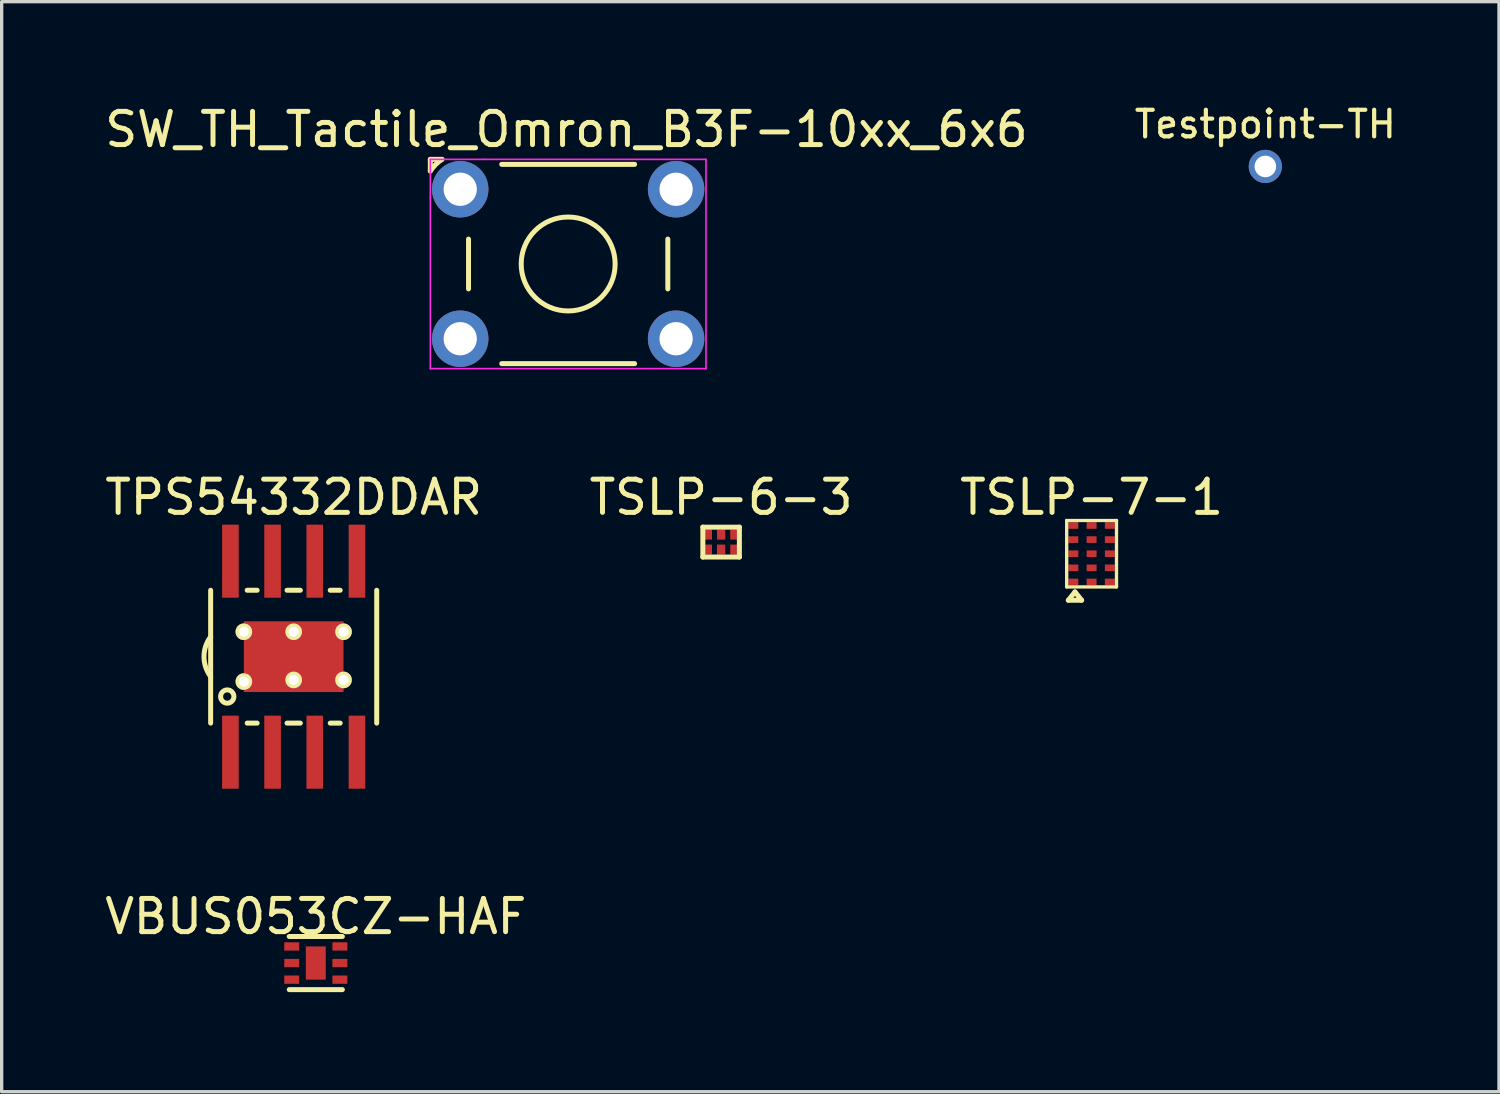
<source format=kicad_pcb>
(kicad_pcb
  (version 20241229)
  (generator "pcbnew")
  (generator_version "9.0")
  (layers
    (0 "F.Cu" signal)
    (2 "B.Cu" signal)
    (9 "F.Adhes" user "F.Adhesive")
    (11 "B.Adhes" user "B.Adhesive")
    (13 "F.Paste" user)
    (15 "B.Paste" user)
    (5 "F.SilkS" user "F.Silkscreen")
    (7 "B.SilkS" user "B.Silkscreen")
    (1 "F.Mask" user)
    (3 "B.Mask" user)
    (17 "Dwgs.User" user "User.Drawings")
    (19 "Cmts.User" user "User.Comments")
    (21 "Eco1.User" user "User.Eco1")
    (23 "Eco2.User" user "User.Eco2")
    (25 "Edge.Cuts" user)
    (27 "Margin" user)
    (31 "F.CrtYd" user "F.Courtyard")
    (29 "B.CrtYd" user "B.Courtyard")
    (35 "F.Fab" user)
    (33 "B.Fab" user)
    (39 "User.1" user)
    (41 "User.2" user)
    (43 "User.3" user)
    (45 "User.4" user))
  (footprint "Testpoint-TH"
    (layer "F.Cu")
    (at 35.046 1.961)
    (property "Reference" "Testpoint-TH" (at 0 -1.27 0) (layer "F.SilkS") (effects (font (size 0.8 0.8) (thickness 0.127))))
    (attr through_hole)
    (pad "1" thru_hole circle (at 0 0) (size 1 1) (drill 0.65) (layers "*.Cu" "*.Mask")))
  (footprint "TSLP-6-3"
    (layer "F.Cu")
    (at 18.661 13.271)
    (property "Reference" "TSLP-6-3" (at 0 -1.35 0) (layer "F.SilkS") (effects (font (size 1 1) (thickness 0.15))))
    (attr through_hole)
    (fp_line (start -0.55 -0.45) (end -0.55 0.45) (stroke (width 0.15) (type solid)) (layer "F.SilkS"))
    (fp_line (start -0.55 0.45) (end 0.55 0.45) (stroke (width 0.15) (type solid)) (layer "F.SilkS"))
    (fp_line (start 0.55 -0.45) (end -0.55 -0.45) (stroke (width 0.15) (type solid)) (layer "F.SilkS"))
    (fp_line (start 0.55 0.45) (end 0.55 -0.45) (stroke (width 0.15) (type solid)) (layer "F.SilkS"))
    (pad "1" smd rect (at 0.4 -0.225) (size 0.25 0.3) (layers "F.Cu" "F.Mask" "F.Paste"))
    (pad "2" smd rect (at 0 -0.225) (size 0.25 0.3) (layers "F.Cu" "F.Mask" "F.Paste"))
    (pad "3" smd rect (at -0.4 -0.225) (size 0.25 0.3) (layers "F.Cu" "F.Mask" "F.Paste"))
    (pad "4" smd rect (at -0.4 0.225) (size 0.25 0.3) (layers "F.Cu" "F.Mask" "F.Paste"))
    (pad "5" smd rect (at 0 0.225) (size 0.25 0.3) (layers "F.Cu" "F.Mask" "F.Paste"))
    (pad "6" smd rect (at 0.4 0.225) (size 0.25 0.3) (layers "F.Cu" "F.Mask" "F.Paste")))
  (footprint "TPS54332DDAR"
    (layer "F.Cu")
    (at 5.792 16.721)
    (property "Reference" "TPS54332DDAR" (at 0 -4.8 0) (layer "F.SilkS") (effects (font (size 1 1) (thickness 0.15))))
    (attr through_hole)
    (fp_line (start -2.5 -2) (end -2.5 2) (stroke (width 0.15) (type solid)) (layer "F.SilkS"))
    (fp_line (start -1.4 -2) (end -1.1 -2) (stroke (width 0.15) (type solid)) (layer "F.SilkS"))
    (fp_line (start -1.4 2) (end -1.1 2) (stroke (width 0.15) (type solid)) (layer "F.SilkS"))
    (fp_line (start -0.2 -2) (end 0.2 -2) (stroke (width 0.15) (type solid)) (layer "F.SilkS"))
    (fp_line (start -0.2 2) (end 0.2 2) (stroke (width 0.15) (type solid)) (layer "F.SilkS"))
    (fp_line (start 1.1 -2) (end 1.4 -2) (stroke (width 0.15) (type solid)) (layer "F.SilkS"))
    (fp_line (start 1.1 2) (end 1.4 2) (stroke (width 0.15) (type solid)) (layer "F.SilkS"))
    (fp_line (start 2.5 -2) (end 2.5 2) (stroke (width 0.15) (type solid)) (layer "F.SilkS"))
    (fp_arc (start -2.5 0.6) (mid -2.7 0) (end -2.5 -0.6) (stroke (width 0.15) (type solid)) (layer "F.SilkS"))
    (fp_circle (center -2 1.2) (end -2 1.4) (stroke (width 0.15) (type solid)) (fill no) (layer "F.SilkS"))
    (pad "1" smd rect (at -1.905 2.875) (size 0.5 2.2) (layers "F.Cu" "F.Mask" "F.Paste"))
    (pad "2" smd rect (at -0.635 2.875) (size 0.5 2.2) (layers "F.Cu" "F.Mask" "F.Paste"))
    (pad "3" smd rect (at 0.635 2.875) (size 0.5 2.2) (layers "F.Cu" "F.Mask" "F.Paste"))
    (pad "4" smd rect (at 1.905 2.875) (size 0.5 2.2) (layers "F.Cu" "F.Mask" "F.Paste"))
    (pad "5" smd rect (at 1.905 -2.875) (size 0.5 2.2) (layers "F.Cu" "F.Mask" "F.Paste"))
    (pad "6" smd rect (at 0.635 -2.875) (size 0.5 2.2) (layers "F.Cu" "F.Mask" "F.Paste"))
    (pad "7" smd rect (at -0.635 -2.875) (size 0.5 2.2) (layers "F.Cu" "F.Mask" "F.Paste"))
    (pad "8" smd rect (at -1.905 -2.875) (size 0.5 2.2) (layers "F.Cu" "F.Mask" "F.Paste"))
    (pad "9" thru_hole circle (at -1.5 -0.75) (size 0.5 0.5) (drill 0.3) (layers "*.Cu" "*.Mask" "F.SilkS"))
    (pad "9" thru_hole circle (at -1.5 0.75) (size 0.5 0.5) (drill 0.3) (layers "*.Cu" "*.Mask" "F.SilkS"))
    (pad "9" thru_hole circle (at 0 -0.75) (size 0.5 0.5) (drill 0.3) (layers "*.Cu" "*.Mask" "F.SilkS"))
    (pad "9" smd rect (at 0 0) (size 3 2.13) (layers "F.Cu" "F.Mask" "F.Paste"))
    (pad "9" thru_hole circle (at 0 0.7) (size 0.5 0.5) (drill 0.3) (layers "*.Cu" "*.Mask" "F.SilkS"))
    (pad "9" thru_hole circle (at 1.5 -0.75) (size 0.5 0.5) (drill 0.3) (layers "*.Cu" "*.Mask" "F.SilkS"))
    (pad "9" thru_hole circle (at 1.5 0.7) (size 0.5 0.5) (drill 0.3) (layers "*.Cu" "*.Mask" "F.SilkS")))
  (footprint "SW_TH_Tactile_Omron_B3F-10xx_6x6"
    (layer "F.Cu")
    (at 10.806 2.648)
    (property "Reference" "SW_TH_Tactile_Omron_B3F-10xx_6x6" (at 3.2 -1.8 0) (layer "F.SilkS") (effects (font (size 1 1) (thickness 0.15))))
    (attr through_hole)
    (fp_line (start -0.9 -0.9) (end -0.9 -0.55) (stroke (width 0.15) (type solid)) (layer "F.SilkS"))
    (fp_line (start -0.9 -0.9) (end -0.55 -0.9) (stroke (width 0.15) (type solid)) (layer "F.SilkS"))
    (fp_line (start 0.25 3) (end 0.25 1.5) (stroke (width 0.15) (type solid)) (layer "F.SilkS"))
    (fp_line (start 1.25 -0.75) (end 5.25 -0.75) (stroke (width 0.15) (type solid)) (layer "F.SilkS"))
    (fp_line (start 1.25 5.25) (end 5.25 5.25) (stroke (width 0.15) (type solid)) (layer "F.SilkS"))
    (fp_line (start 6.25 1.5) (end 6.25 3) (stroke (width 0.15) (type solid)) (layer "F.SilkS"))
    (fp_arc (start -0.9 -0.55) (mid -0.742328 -0.742328) (end -0.55 -0.9) (stroke (width 0.15) (type solid)) (layer "F.SilkS"))
    (fp_circle (center 3.25 2.25) (end 4.25 3.25) (stroke (width 0.15) (type solid)) (fill no) (layer "F.SilkS"))
    (fp_line (start -0.9 -0.9) (end 0.7 -0.9) (stroke (width 0.05) (type solid)) (layer "F.CrtYd"))
    (fp_line (start -0.9 0.25) (end -0.9 -0.9) (stroke (width 0.05) (type solid)) (layer "F.CrtYd"))
    (fp_line (start -0.9 0.25) (end -0.9 5.4) (stroke (width 0.05) (type solid)) (layer "F.CrtYd"))
    (fp_line (start -0.9 5.4) (end 7.4 5.4) (stroke (width 0.05) (type solid)) (layer "F.CrtYd"))
    (fp_line (start 7.4 -0.9) (end 0.7 -0.9) (stroke (width 0.05) (type solid)) (layer "F.CrtYd"))
    (fp_line (start 7.4 5.4) (end 7.4 -0.9) (stroke (width 0.05) (type solid)) (layer "F.CrtYd"))
    (pad "1" thru_hole circle (at 0 0) (size 1.7 1.7) (drill 1) (layers "*.Cu" "*.Mask"))
    (pad "2" thru_hole circle (at 6.5 0) (size 1.7 1.7) (drill 1) (layers "*.Cu" "*.Mask"))
    (pad "3" thru_hole circle (at 0 4.5) (size 1.7 1.7) (drill 1) (layers "*.Cu" "*.Mask"))
    (pad "4" thru_hole circle (at 6.5 4.5) (size 1.7 1.7) (drill 1) (layers "*.Cu" "*.Mask")))
  (footprint "VBUS053CZ-HAF"
    (layer "F.Cu")
    (at 6.458 25.945)
    (property "Reference" "VBUS053CZ-HAF" (at 0 -1.4 0) (layer "F.SilkS") (effects (font (size 1 1) (thickness 0.15))))
    (attr through_hole)
    (fp_line (start -0.8 -0.8) (end 0.8 -0.8) (stroke (width 0.15) (type solid)) (layer "F.SilkS"))
    (fp_line (start -0.8 0.8) (end 0.8 0.8) (stroke (width 0.15) (type solid)) (layer "F.SilkS"))
    (pad "1" smd rect (at -0.725 -0.5) (size 0.45 0.25) (layers "F.Cu" "F.Mask" "F.Paste"))
    (pad "2" smd rect (at -0.725 0) (size 0.45 0.25) (layers "F.Cu" "F.Mask" "F.Paste"))
    (pad "3" smd rect (at -0.725 0.5) (size 0.45 0.25) (layers "F.Cu" "F.Mask" "F.Paste"))
    (pad "4" smd rect (at 0.725 0.5) (size 0.45 0.25) (layers "F.Cu" "F.Mask" "F.Paste"))
    (pad "5" smd rect (at 0.725 0) (size 0.45 0.25) (layers "F.Cu" "F.Mask" "F.Paste"))
    (pad "6" smd rect (at 0.725 -0.5) (size 0.45 0.25) (layers "F.Cu" "F.Mask" "F.Paste"))
    (pad "7" smd rect (at 0 0) (size 0.6 1) (layers "F.Cu" "F.Mask" "F.Paste")))
  (footprint "TSLP-7-1"
    (layer "F.Cu")
    (at 29.815 13.621)
    (property "Reference" "TSLP-7-1" (at 0 -1.7 0) (layer "F.SilkS") (effects (font (size 1 1) (thickness 0.15))))
    (attr through_hole)
    (fp_line (start -0.75 -1) (end -0.75 1) (stroke (width 0.1) (type solid)) (layer "F.SilkS"))
    (fp_line (start -0.75 1) (end 0.75 1) (stroke (width 0.1) (type solid)) (layer "F.SilkS"))
    (fp_line (start -0.7 1.4) (end -0.3 1.4) (stroke (width 0.15) (type solid)) (layer "F.SilkS"))
    (fp_line (start -0.5 1.15) (end -0.7 1.4) (stroke (width 0.15) (type solid)) (layer "F.SilkS"))
    (fp_line (start -0.3 1.4) (end -0.5 1.15) (stroke (width 0.15) (type solid)) (layer "F.SilkS"))
    (fp_line (start 0.75 -1) (end -0.75 -1) (stroke (width 0.1) (type solid)) (layer "F.SilkS"))
    (fp_line (start 0.75 1) (end 0.75 -1) (stroke (width 0.1) (type solid)) (layer "F.SilkS"))
    (pad "1" smd rect (at -0.55 0.85) (size 0.3 0.2) (layers "F.Cu" "F.Mask" "F.Paste"))
    (pad "2" smd rect (at 0 0.85) (size 0.3 0.2) (layers "F.Cu" "F.Mask" "F.Paste"))
    (pad "3" smd rect (at 0.55 0.85) (size 0.3 0.2) (layers "F.Cu" "F.Mask" "F.Paste"))
    (pad "4" smd rect (at 0.55 -0.85) (size 0.3 0.2) (layers "F.Cu" "F.Mask" "F.Paste"))
    (pad "5" smd rect (at 0 -0.85) (size 0.3 0.2) (layers "F.Cu" "F.Mask" "F.Paste"))
    (pad "6" smd rect (at -0.55 -0.85) (size 0.3 0.2) (layers "F.Cu" "F.Mask" "F.Paste"))
    (pad "7" smd rect (at -0.55 -0.425) (size 0.3 0.2) (layers "F.Cu" "F.Mask" "F.Paste"))
    (pad "7" smd rect (at -0.55 0) (size 0.3 0.2) (layers "F.Cu" "F.Mask" "F.Paste"))
    (pad "7" smd rect (at -0.55 0.425) (size 0.3 0.2) (layers "F.Cu" "F.Mask" "F.Paste"))
    (pad "7" smd rect (at 0 -0.425) (size 0.3 0.2) (layers "F.Cu" "F.Mask" "F.Paste"))
    (pad "7" smd rect (at 0 0) (size 0.3 0.2) (layers "F.Cu" "F.Mask" "F.Paste"))
    (pad "7" smd rect (at 0 0.425) (size 0.3 0.2) (layers "F.Cu" "F.Mask" "F.Paste"))
    (pad "7" smd rect (at 0.55 -0.425) (size 0.3 0.2) (layers "F.Cu" "F.Mask" "F.Paste"))
    (pad "7" smd rect (at 0.55 0) (size 0.3 0.2) (layers "F.Cu" "F.Mask" "F.Paste"))
    (pad "7" smd rect (at 0.55 0.425) (size 0.3 0.2) (layers "F.Cu" "F.Mask" "F.Paste")))
  (gr_rect
    (start -3 -3)
    (end 42.081 29.82)
    (stroke (width 0.1) (type default))
    (fill no)
    (layer "Edge.Cuts")))
</source>
